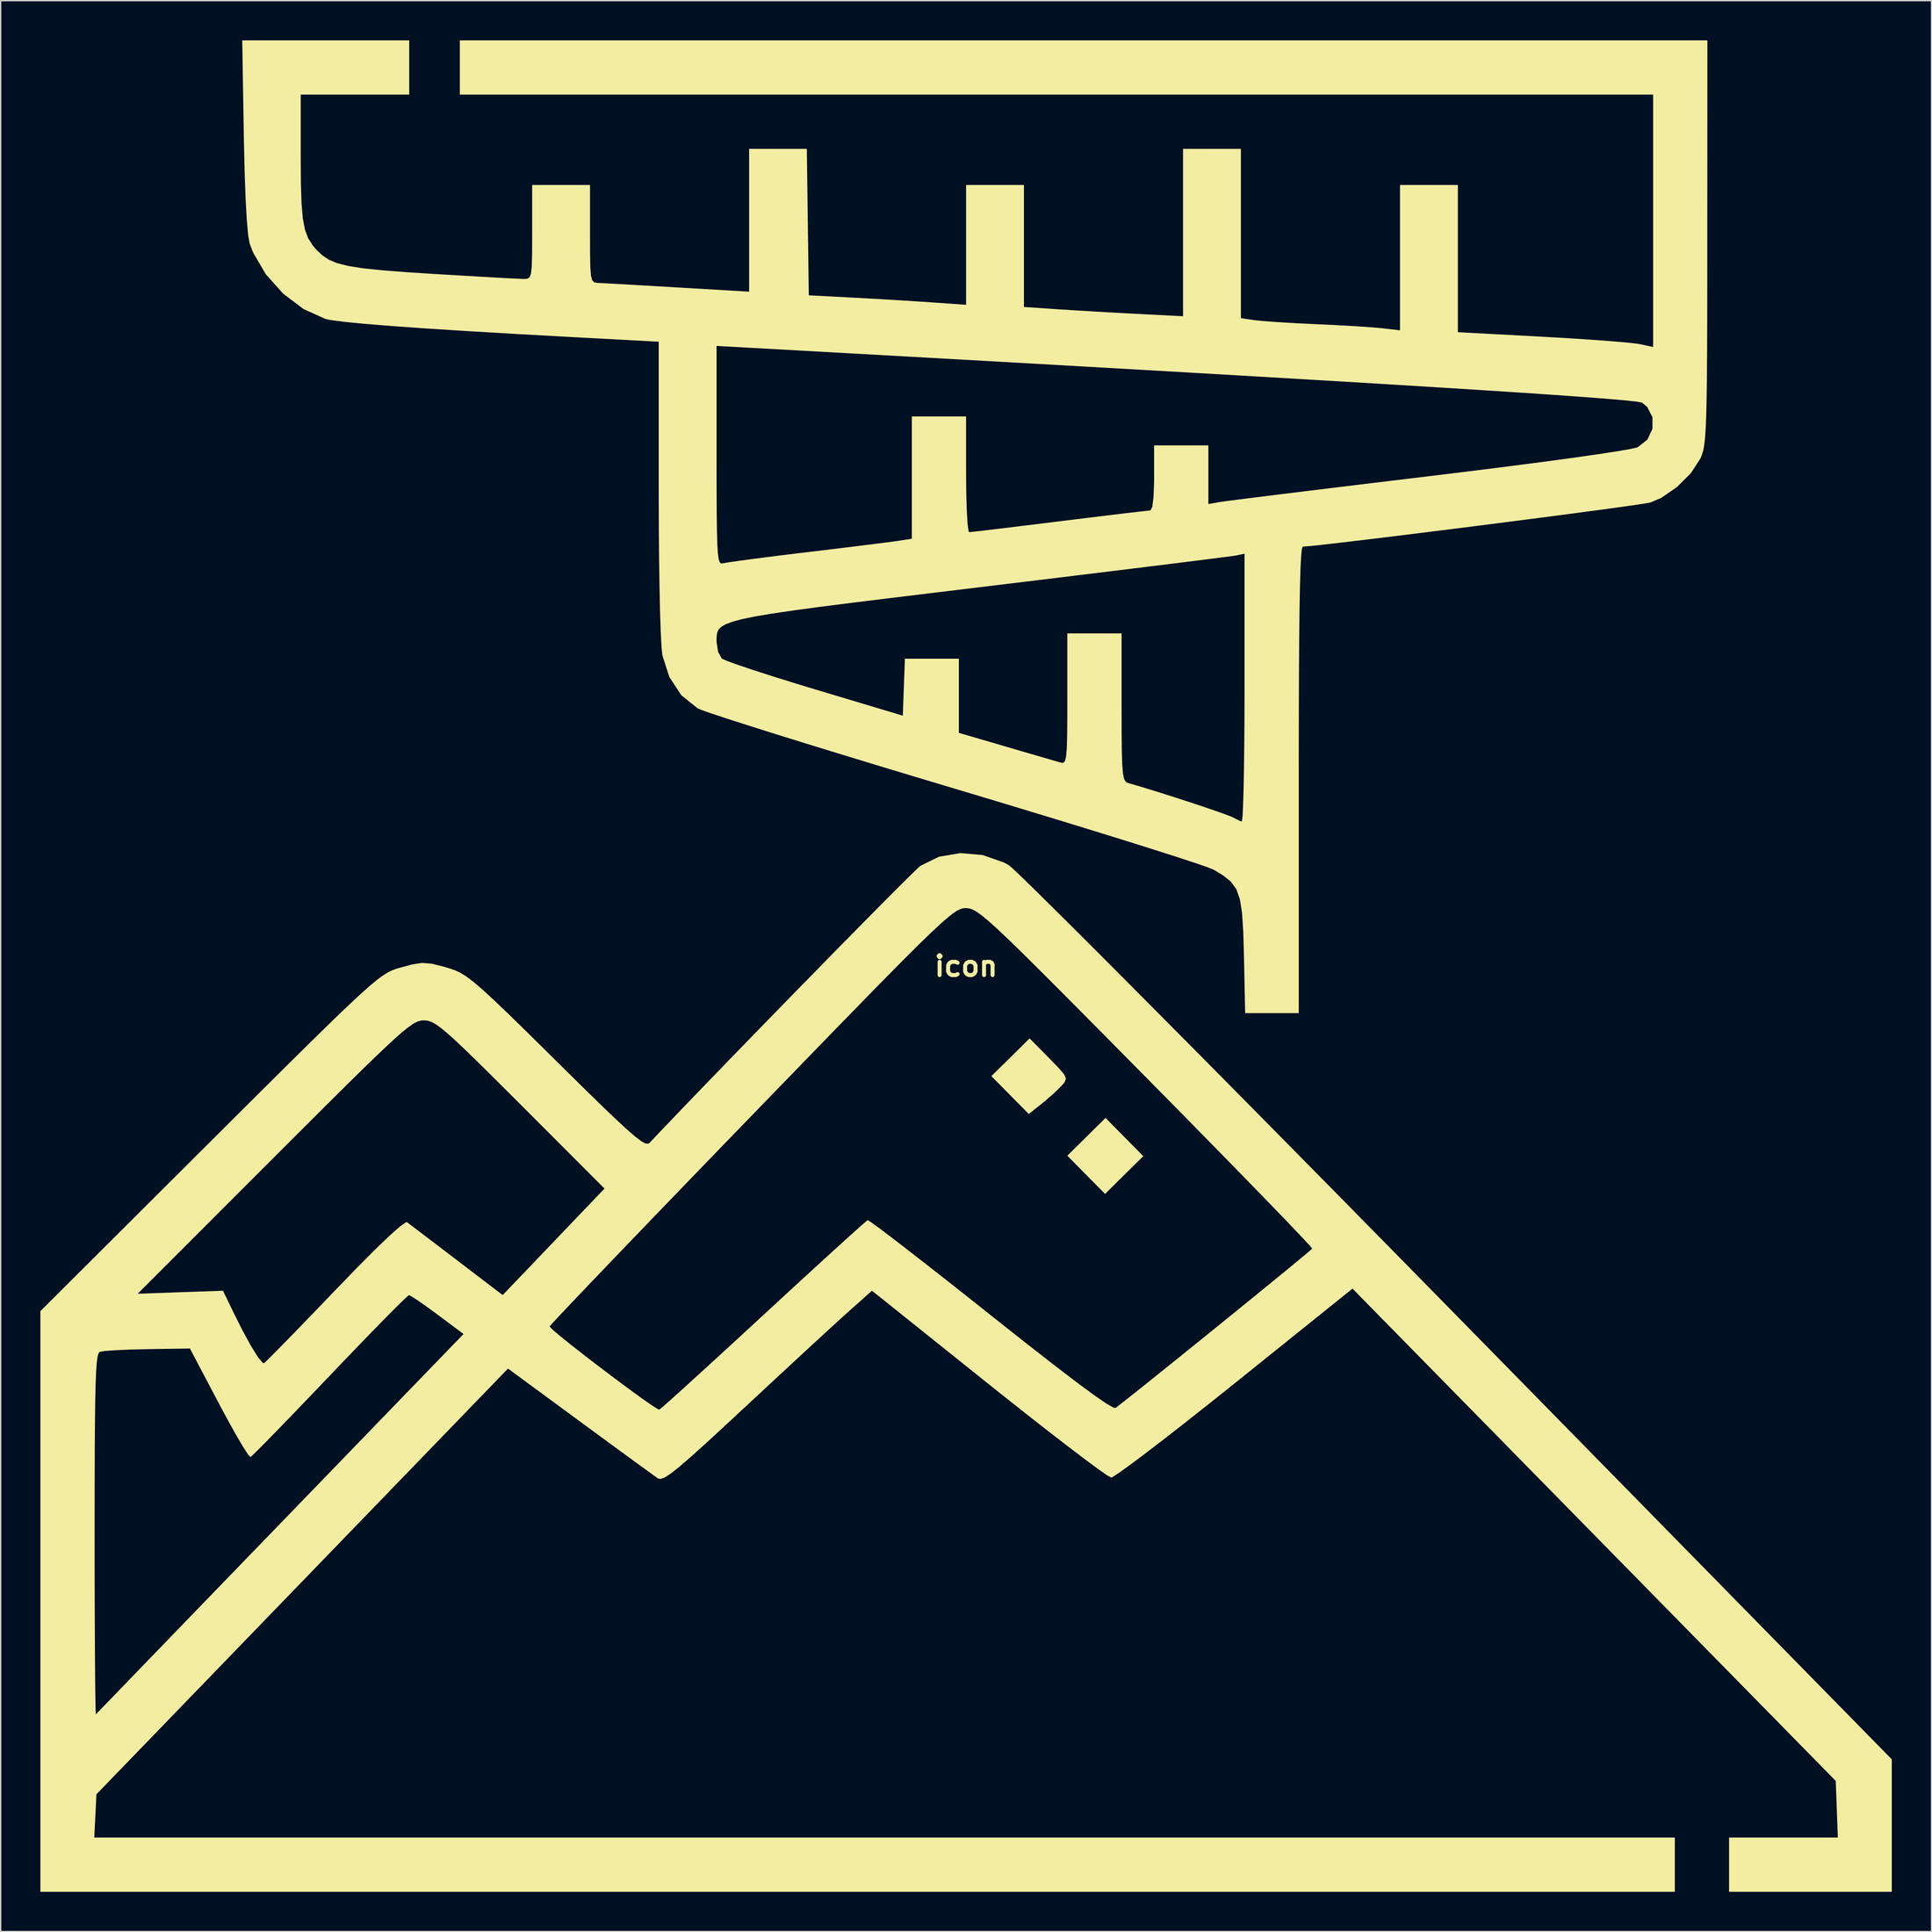
<source format=kicad_pcb>
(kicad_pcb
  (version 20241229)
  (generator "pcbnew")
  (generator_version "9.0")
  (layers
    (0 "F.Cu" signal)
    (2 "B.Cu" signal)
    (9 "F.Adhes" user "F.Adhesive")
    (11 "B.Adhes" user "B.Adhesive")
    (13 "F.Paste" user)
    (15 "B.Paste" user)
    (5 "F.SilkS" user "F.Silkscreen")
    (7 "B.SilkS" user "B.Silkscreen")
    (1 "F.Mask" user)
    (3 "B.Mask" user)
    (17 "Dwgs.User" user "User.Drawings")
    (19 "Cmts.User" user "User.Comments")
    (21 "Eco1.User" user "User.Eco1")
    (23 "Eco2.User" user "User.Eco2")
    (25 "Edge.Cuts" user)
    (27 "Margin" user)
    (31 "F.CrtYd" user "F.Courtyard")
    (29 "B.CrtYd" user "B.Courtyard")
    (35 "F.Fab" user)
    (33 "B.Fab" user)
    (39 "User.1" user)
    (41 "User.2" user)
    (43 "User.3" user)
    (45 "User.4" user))
  (footprint "icon"
    (layer "F.Cu")
    (at 69.918 69.918)
    (property "Reference" "icon" (at 0 0 0) (layer "F.SilkS") (effects (font (size 1.5 1.5) (thickness 0.3))))
    (attr board_only exclude_from_pos_files exclude_from_bom)
    (fp_poly (pts (xy 11.958 12.913) (xy 13.384 14.357) (xy 11.94 15.782) (xy 10.497 17.207) (xy 9.072 15.764) (xy 7.647 14.321) (xy 9.09 12.896) (xy 10.533 11.47)) (stroke (width 0) (type solid)) (fill yes) (layer "F.SilkS"))
    (fp_poly (pts (xy 6.273 6.955) (xy 7.011 7.713) (xy 7.417 8.195) (xy 7.541 8.513) (xy 7.436 8.78) (xy 7.22 9.034) (xy 6.666 9.578) (xy 5.934 10.216) (xy 5.713 10.395) (xy 4.735 11.171) (xy 3.323 9.742) (xy 1.911 8.312) (xy 3.354 6.887) (xy 4.797 5.462)) (stroke (width 0) (type solid)) (fill yes) (layer "F.SilkS"))
    (fp_poly (pts (xy 1.245 -8.39) (xy 2.846 -7.831) (xy 3.23 -7.62) (xy 3.536 -7.357) (xy 4.203 -6.723) (xy 5.212 -5.741) (xy 6.541 -4.429) (xy 8.171 -2.809) (xy 10.081 -0.901) (xy 12.25 1.275) (xy 14.659 3.698) (xy 17.286 6.347) (xy 20.112 9.203) (xy 23.117 12.243) (xy 26.279 15.449) (xy 29.578 18.8) (xy 32.994 22.274) (xy 36.507 25.852) (xy 37.118 26.475) (xy 69.918 59.914) (xy 69.918 64.916) (xy 69.918 69.918) (xy 63.773 69.918) (xy 57.628 69.918) (xy 57.628 67.87) (xy 57.628 65.822) (xy 61.736 65.822) (xy 65.844 65.822) (xy 65.764 63.683) (xy 65.685 61.544) (xy 47.436 42.953) (xy 29.186 24.362) (xy 20.298 31.504) (xy 18.382 33.034) (xy 16.587 34.452) (xy 14.959 35.721) (xy 13.544 36.805) (xy 12.391 37.669) (xy 11.545 38.277) (xy 11.054 38.594) (xy 10.957 38.631) (xy 10.653 38.462) (xy 9.971 37.986) (xy 8.958 37.237) (xy 7.663 36.253) (xy 6.132 35.07) (xy 4.412 33.723) (xy 2.551 32.248) (xy 1.699 31.568) (xy -7.107 24.52) (xy -8.811 26.034) (xy -9.45 26.61) (xy -10.419 27.497) (xy -11.653 28.632) (xy -13.082 29.953) (xy -14.64 31.397) (xy -16.259 32.903) (xy -16.66 33.276) (xy -18.417 34.908) (xy -19.821 36.197) (xy -20.916 37.179) (xy -21.745 37.889) (xy -22.351 38.361) (xy -22.775 38.631) (xy -23.062 38.734) (xy -23.253 38.704) (xy -23.279 38.689) (xy -23.625 38.444) (xy -24.344 37.923) (xy -25.37 37.175) (xy -26.637 36.249) (xy -28.078 35.193) (xy -29.176 34.387) (xy -34.598 30.4) (xy -50.141 46.477) (xy -65.685 62.554) (xy -65.766 64.188) (xy -65.848 65.822) (xy -6.158 65.822) (xy 53.531 65.822) (xy 53.531 67.87) (xy 53.531 69.918) (xy -8.194 69.918) (xy -69.918 69.918) (xy -69.918 47.991) (xy -69.918 42.954) (xy -65.822 42.954) (xy -65.82 45.625) (xy -65.814 48.118) (xy -65.805 50.384) (xy -65.794 52.37) (xy -65.78 54.027) (xy -65.764 55.302) (xy -65.746 56.144) (xy -65.727 56.504) (xy -65.722 56.513) (xy -65.521 56.303) (xy -64.97 55.731) (xy -64.099 54.829) (xy -62.939 53.628) (xy -61.519 52.158) (xy -59.87 50.452) (xy -58.022 48.539) (xy -56.004 46.452) (xy -53.847 44.221) (xy -51.791 42.095) (xy -37.958 27.79) (xy -38.721 27.219) (xy -31.456 27.219) (xy -31.259 27.436) (xy -30.703 27.912) (xy -29.871 28.583) (xy -28.845 29.386) (xy -27.708 30.259) (xy -26.543 31.139) (xy -25.433 31.964) (xy -24.46 32.67) (xy -23.707 33.194) (xy -23.258 33.474) (xy -23.174 33.503) (xy -22.94 33.314) (xy -22.35 32.793) (xy -21.449 31.982) (xy -20.282 30.922) (xy -18.893 29.652) (xy -17.326 28.213) (xy -15.627 26.647) (xy -15.312 26.356) (xy -13.593 24.77) (xy -11.997 23.304) (xy -10.571 21.998) (xy -9.358 20.894) (xy -8.403 20.032) (xy -7.751 19.453) (xy -7.447 19.198) (xy -7.433 19.189) (xy -7.185 19.34) (xy -6.555 19.798) (xy -5.59 20.528) (xy -4.332 21.495) (xy -2.828 22.666) (xy -1.123 24.005) (xy 0.739 25.477) (xy 1.866 26.373) (xy 4.433 28.406) (xy 6.587 30.087) (xy 8.332 31.42) (xy 9.672 32.408) (xy 10.61 33.054) (xy 11.151 33.359) (xy 11.289 33.379) (xy 11.927 32.88) (xy 12.864 32.137) (xy 14.041 31.197) (xy 15.399 30.106) (xy 16.879 28.913) (xy 18.424 27.664) (xy 19.974 26.408) (xy 21.471 25.192) (xy 22.856 24.063) (xy 24.072 23.069) (xy 25.058 22.258) (xy 25.757 21.676) (xy 26.109 21.372) (xy 26.141 21.339) (xy 25.964 21.121) (xy 25.434 20.547) (xy 24.582 19.65) (xy 23.441 18.463) (xy 22.041 17.018) (xy 20.415 15.349) (xy 18.593 13.487) (xy 16.609 11.465) (xy 14.492 9.316) (xy 13.577 8.389) (xy 11.063 5.845) (xy 8.902 3.663) (xy 7.066 1.814) (xy 5.524 0.272) (xy 4.248 -0.991) (xy 3.207 -2.004) (xy 2.373 -2.792) (xy 1.716 -3.385) (xy 1.206 -3.81) (xy 0.815 -4.093) (xy 0.512 -4.264) (xy 0.268 -4.35) (xy 0.053 -4.378) (xy -0.034 -4.379) (xy -0.227 -4.364) (xy -0.44 -4.304) (xy -0.698 -4.176) (xy -1.028 -3.953) (xy -1.456 -3.61) (xy -2.008 -3.122) (xy -2.71 -2.463) (xy -3.588 -1.609) (xy -4.668 -0.534) (xy -5.977 0.788) (xy -7.54 2.382) (xy -9.384 4.273) (xy -11.534 6.486) (xy -14.017 9.047) (xy -16.225 11.326) (xy -18.594 13.774) (xy -20.85 16.11) (xy -22.965 18.303) (xy -24.911 20.325) (xy -26.659 22.146) (xy -28.18 23.734) (xy -29.446 25.062) (xy -30.428 26.098) (xy -31.098 26.814) (xy -31.426 27.179) (xy -31.456 27.219) (xy -38.721 27.219) (xy -39.921 26.322) (xy -40.812 25.67) (xy -41.539 25.167) (xy -41.992 24.887) (xy -42.078 24.854) (xy -42.308 25.044) (xy -42.866 25.584) (xy -43.704 26.424) (xy -44.775 27.518) (xy -46.032 28.816) (xy -47.429 30.272) (xy -48.057 30.931) (xy -49.5 32.442) (xy -50.825 33.821) (xy -51.984 35.02) (xy -52.931 35.988) (xy -53.617 36.678) (xy -53.996 37.041) (xy -54.051 37.084) (xy -54.241 36.88) (xy -54.635 36.267) (xy -55.188 35.322) (xy -55.854 34.121) (xy -56.442 33.023) (xy -58.622 28.885) (xy -61.828 28.932) (xy -63.126 28.964) (xy -64.244 29.012) (xy -65.057 29.072) (xy -65.428 29.131) (xy -65.518 29.23) (xy -65.594 29.48) (xy -65.656 29.924) (xy -65.706 30.604) (xy -65.746 31.563) (xy -65.775 32.843) (xy -65.797 34.487) (xy -65.811 36.538) (xy -65.818 39.038) (xy -65.821 42.03) (xy -65.822 42.954) (xy -69.918 42.954) (xy -69.918 26.064) (xy -68.598 24.748) (xy -62.572 24.748) (xy -59.349 24.634) (xy -56.126 24.521) (xy -55.352 26.121) (xy -54.635 27.55) (xy -54.001 28.707) (xy -53.489 29.53) (xy -53.137 29.952) (xy -53.026 29.991) (xy -52.794 29.778) (xy -52.237 29.223) (xy -51.403 28.375) (xy -50.345 27.287) (xy -49.112 26.01) (xy -47.755 24.597) (xy -47.677 24.515) (xy -46.029 22.812) (xy -44.647 21.424) (xy -43.553 20.372) (xy -42.769 19.677) (xy -42.316 19.358) (xy -42.221 19.347) (xy -41.911 19.582) (xy -41.247 20.086) (xy -40.313 20.798) (xy -39.188 21.655) (xy -38.462 22.209) (xy -35 24.849) (xy -31.154 20.826) (xy -27.309 16.804) (xy -33.658 10.45) (xy -35.404 8.707) (xy -36.811 7.313) (xy -37.924 6.231) (xy -38.788 5.421) (xy -39.447 4.845) (xy -39.946 4.463) (xy -40.329 4.237) (xy -40.642 4.128) (xy -40.929 4.097) (xy -40.967 4.097) (xy -41.197 4.116) (xy -41.452 4.194) (xy -41.767 4.361) (xy -42.173 4.648) (xy -42.705 5.085) (xy -43.395 5.702) (xy -44.277 6.531) (xy -45.384 7.6) (xy -46.749 8.941) (xy -48.406 10.585) (xy -50.387 12.561) (xy -52.249 14.422) (xy -62.572 24.748) (xy -68.598 24.748) (xy -57.15 13.331) (xy -54.609 10.799) (xy -52.423 8.624) (xy -50.562 6.779) (xy -48.995 5.235) (xy -47.691 3.963) (xy -46.619 2.937) (xy -45.749 2.126) (xy -45.049 1.503) (xy -44.49 1.039) (xy -44.04 0.705) (xy -43.669 0.474) (xy -43.346 0.317) (xy -43.04 0.206) (xy -42.898 0.163) (xy -41.854 -0.123) (xy -41.093 -0.239) (xy -40.377 -0.184) (xy -39.469 0.041) (xy -39.054 0.162) (xy -38.635 0.303) (xy -38.22 0.493) (xy -37.764 0.773) (xy -37.218 1.184) (xy -36.537 1.765) (xy -35.672 2.559) (xy -34.577 3.605) (xy -33.205 4.945) (xy -31.508 6.62) (xy -30.942 7.18) (xy -29.134 8.965) (xy -27.671 10.396) (xy -26.515 11.506) (xy -25.628 12.328) (xy -24.971 12.897) (xy -24.507 13.245) (xy -24.196 13.408) (xy -24.001 13.419) (xy -23.924 13.367) (xy -22.763 12.144) (xy -21.387 10.707) (xy -19.841 9.1) (xy -18.165 7.367) (xy -16.404 5.55) (xy -14.599 3.695) (xy -12.793 1.843) (xy -11.029 0.04) (xy -9.35 -1.672) (xy -7.797 -3.249) (xy -6.415 -4.647) (xy -5.244 -5.823) (xy -4.329 -6.733) (xy -3.712 -7.333) (xy -3.444 -7.575) (xy -2.045 -8.26) (xy -0.434 -8.532)) (stroke (width 0) (type solid)) (fill yes) (layer "F.SilkS"))
    (fp_poly (pts (xy -42.06 -67.87) (xy -42.06 -65.822) (xy -46.157 -65.822) (xy -50.254 -65.822) (xy -50.254 -61.06) (xy -50.241 -59.097) (xy -50.193 -57.593) (xy -50.096 -56.462) (xy -49.933 -55.618) (xy -49.692 -54.974) (xy -49.357 -54.443) (xy -49.075 -54.111) (xy -48.641 -53.694) (xy -48.142 -53.36) (xy -47.506 -53.093) (xy -46.663 -52.879) (xy -45.544 -52.702) (xy -44.076 -52.55) (xy -42.19 -52.405) (xy -40.311 -52.285) (xy -38.477 -52.175) (xy -36.799 -52.077) (xy -35.363 -51.995) (xy -34.254 -51.936) (xy -33.56 -51.902) (xy -33.389 -51.897) (xy -33.138 -51.914) (xy -32.967 -52.026) (xy -32.86 -52.322) (xy -32.803 -52.888) (xy -32.779 -53.812) (xy -32.774 -55.181) (xy -32.774 -55.443) (xy -32.774 -58.994) (xy -30.589 -58.994) (xy -28.404 -58.994) (xy -28.404 -55.306) (xy -28.401 -53.827) (xy -28.383 -52.807) (xy -28.334 -52.161) (xy -28.241 -51.802) (xy -28.09 -51.644) (xy -27.866 -51.601) (xy -27.79 -51.598) (xy -27.334 -51.575) (xy -26.428 -51.526) (xy -25.167 -51.454) (xy -23.646 -51.366) (xy -21.959 -51.267) (xy -21.781 -51.256) (xy -16.387 -50.937) (xy -16.387 -56.331) (xy -16.387 -61.725) (xy -14.208 -61.725) (xy -12.029 -61.725) (xy -11.955 -56.194) (xy -11.881 -50.663) (xy -8.467 -50.483) (xy -6.838 -50.393) (xy -5.106 -50.291) (xy -3.506 -50.191) (xy -2.526 -50.125) (xy 0 -49.948) (xy 0 -54.471) (xy 0 -58.994) (xy 2.185 -58.994) (xy 4.37 -58.994) (xy 4.37 -54.388) (xy 4.37 -49.782) (xy 6.896 -49.611) (xy 8.227 -49.526) (xy 9.874 -49.428) (xy 11.607 -49.33) (xy 12.905 -49.261) (xy 16.387 -49.081) (xy 16.387 -55.403) (xy 16.387 -61.725) (xy 18.572 -61.725) (xy 20.757 -61.725) (xy 20.757 -55.33) (xy 20.757 -48.936) (xy 21.781 -48.787) (xy 22.439 -48.719) (xy 23.504 -48.641) (xy 24.834 -48.561) (xy 26.291 -48.489) (xy 26.492 -48.48) (xy 27.989 -48.409) (xy 29.411 -48.329) (xy 30.606 -48.248) (xy 31.422 -48.177) (xy 31.477 -48.171) (xy 32.774 -48.018) (xy 32.774 -53.506) (xy 32.774 -58.994) (xy 34.959 -58.994) (xy 37.144 -58.994) (xy 37.144 -53.435) (xy 37.144 -47.877) (xy 43.494 -47.537) (xy 45.365 -47.43) (xy 47.108 -47.317) (xy 48.632 -47.205) (xy 49.842 -47.102) (xy 50.646 -47.015) (xy 50.868 -46.979) (xy 51.892 -46.761) (xy 51.892 -56.291) (xy 51.892 -65.822) (xy 6.828 -65.822) (xy -38.237 -65.822) (xy -38.237 -67.87) (xy -38.237 -69.918) (xy 8.876 -69.918) (xy 55.989 -69.918) (xy 55.983 -54.692) (xy 55.981 -51.406) (xy 55.976 -48.621) (xy 55.967 -46.292) (xy 55.953 -44.373) (xy 55.932 -42.819) (xy 55.902 -41.585) (xy 55.863 -40.625) (xy 55.813 -39.894) (xy 55.751 -39.348) (xy 55.674 -38.939) (xy 55.582 -38.624) (xy 55.474 -38.358) (xy 54.747 -37.234) (xy 53.691 -36.179) (xy 52.496 -35.359) (xy 51.69 -35.018) (xy 51.276 -34.941) (xy 50.387 -34.807) (xy 49.089 -34.624) (xy 47.45 -34.402) (xy 45.536 -34.147) (xy 43.414 -33.869) (xy 41.15 -33.577) (xy 38.813 -33.278) (xy 36.468 -32.981) (xy 34.182 -32.696) (xy 32.023 -32.429) (xy 30.057 -32.19) (xy 28.351 -31.988) (xy 26.971 -31.83) (xy 25.986 -31.725) (xy 25.461 -31.682) (xy 25.43 -31.682) (xy 25.363 -31.506) (xy 25.306 -30.966) (xy 25.258 -30.039) (xy 25.218 -28.702) (xy 25.185 -26.935) (xy 25.16 -24.715) (xy 25.143 -22.021) (xy 25.132 -18.829) (xy 25.127 -15.119) (xy 25.127 -14.066) (xy 25.127 3.551) (xy 23.102 3.551) (xy 21.078 3.551) (xy 20.986 -0.8) (xy 20.933 -2.644) (xy 20.841 -4.033) (xy 20.679 -5.055) (xy 20.414 -5.801) (xy 20.015 -6.361) (xy 19.45 -6.825) (xy 18.687 -7.284) (xy 18.684 -7.285) (xy 18.248 -7.461) (xy 17.333 -7.778) (xy 15.984 -8.221) (xy 14.247 -8.777) (xy 12.166 -9.432) (xy 9.786 -10.17) (xy 7.154 -10.979) (xy 4.313 -11.843) (xy 1.309 -12.75) (xy -0.819 -13.388) (xy -3.907 -14.314) (xy -6.862 -15.208) (xy -9.638 -16.055) (xy -12.191 -16.84) (xy -14.476 -17.551) (xy -16.448 -18.173) (xy -18.061 -18.691) (xy -19.272 -19.093) (xy -20.034 -19.363) (xy -20.275 -19.466) (xy -21.505 -20.454) (xy -22.415 -21.838) (xy -22.938 -23.466) (xy -23.003 -24.086) (xy -23.027 -24.544) (xy -18.845 -24.544) (xy -18.845 -24.458) (xy -18.731 -23.733) (xy -18.456 -23.233) (xy -18.446 -23.224) (xy -18.084 -23.058) (xy -17.272 -22.762) (xy -16.087 -22.363) (xy -14.604 -21.886) (xy -12.899 -21.354) (xy -11.414 -20.903) (xy -4.78 -18.913) (xy -4.7 -21.064) (xy -4.621 -23.215) (xy -2.584 -23.215) (xy -0.546 -23.215) (xy -0.546 -20.416) (xy -0.546 -17.616) (xy 3.073 -16.557) (xy 4.433 -16.159) (xy 5.634 -15.809) (xy 6.562 -15.54) (xy 7.106 -15.383) (xy 7.169 -15.365) (xy 7.339 -15.353) (xy 7.463 -15.475) (xy 7.549 -15.801) (xy 7.603 -16.402) (xy 7.633 -17.349) (xy 7.645 -18.714) (xy 7.647 -20.179) (xy 7.647 -25.127) (xy 9.696 -25.127) (xy 11.744 -25.127) (xy 11.744 -19.546) (xy 11.748 -17.656) (xy 11.762 -16.242) (xy 11.794 -15.233) (xy 11.848 -14.558) (xy 11.931 -14.148) (xy 12.048 -13.931) (xy 12.206 -13.837) (xy 12.222 -13.833) (xy 13.222 -13.541) (xy 14.445 -13.165) (xy 15.779 -12.741) (xy 17.113 -12.306) (xy 18.336 -11.896) (xy 19.336 -11.549) (xy 20.003 -11.3) (xy 20.211 -11.205) (xy 20.667 -10.968) (xy 20.825 -10.929) (xy 20.872 -11.191) (xy 20.914 -11.939) (xy 20.952 -13.114) (xy 20.984 -14.654) (xy 21.008 -16.501) (xy 21.024 -18.593) (xy 21.03 -20.871) (xy 21.03 -21.035) (xy 21.03 -31.146) (xy 20.416 -31.016) (xy 20.047 -30.962) (xy 19.181 -30.849) (xy 17.864 -30.682) (xy 16.142 -30.466) (xy 14.06 -30.207) (xy 11.665 -29.912) (xy 9.001 -29.586) (xy 6.115 -29.233) (xy 3.051 -28.861) (xy 1.118 -28.627) (xy -2.648 -28.171) (xy -5.907 -27.775) (xy -8.698 -27.43) (xy -11.056 -27.13) (xy -13.017 -26.865) (xy -14.618 -26.629) (xy -15.896 -26.415) (xy -16.887 -26.214) (xy -17.627 -26.018) (xy -18.153 -25.821) (xy -18.501 -25.615) (xy -18.708 -25.392) (xy -18.81 -25.144) (xy -18.844 -24.864) (xy -18.845 -24.544) (xy -23.027 -24.544) (xy -23.062 -25.194) (xy -23.113 -26.727) (xy -23.155 -28.627) (xy -23.187 -30.833) (xy -23.208 -33.286) (xy -23.215 -35.925) (xy -23.215 -36.043) (xy -23.215 -46.84) (xy -18.846 -46.84) (xy -18.846 -38.56) (xy -18.844 -36.214) (xy -18.836 -34.36) (xy -18.82 -32.94) (xy -18.792 -31.898) (xy -18.749 -31.18) (xy -18.686 -30.73) (xy -18.602 -30.49) (xy -18.493 -30.407) (xy -18.367 -30.42) (xy -17.963 -30.493) (xy -17.103 -30.617) (xy -15.874 -30.781) (xy -14.363 -30.974) (xy -12.656 -31.184) (xy -12.017 -31.261) (xy -10.219 -31.477) (xy -8.545 -31.681) (xy -7.092 -31.861) (xy -5.959 -32.005) (xy -5.241 -32.101) (xy -5.121 -32.118) (xy -4.097 -32.276) (xy -4.097 -36.895) (xy -4.097 -41.514) (xy -2.048 -41.514) (xy 0 -41.514) (xy 0 -37.144) (xy 0.014 -35.669) (xy 0.052 -34.406) (xy 0.109 -33.448) (xy 0.181 -32.885) (xy 0.233 -32.774) (xy 0.558 -32.807) (xy 1.349 -32.898) (xy 2.527 -33.038) (xy 4.016 -33.219) (xy 5.739 -33.43) (xy 7.056 -33.594) (xy 8.901 -33.822) (xy 10.569 -34.025) (xy 11.983 -34.195) (xy 13.066 -34.322) (xy 13.738 -34.397) (xy 13.924 -34.413) (xy 14.06 -34.672) (xy 14.155 -35.398) (xy 14.2 -36.51) (xy 14.202 -36.871) (xy 14.202 -39.329) (xy 16.251 -39.329) (xy 18.299 -39.329) (xy 18.299 -37.114) (xy 18.299 -34.898) (xy 19.187 -35.054) (xy 19.62 -35.115) (xy 20.543 -35.235) (xy 21.903 -35.406) (xy 23.646 -35.623) (xy 25.719 -35.879) (xy 28.07 -36.166) (xy 30.645 -36.479) (xy 33.392 -36.811) (xy 34.959 -37) (xy 38.026 -37.374) (xy 40.865 -37.731) (xy 43.434 -38.065) (xy 45.687 -38.369) (xy 47.582 -38.638) (xy 49.074 -38.865) (xy 50.12 -39.044) (xy 50.676 -39.17) (xy 50.725 -39.188) (xy 51.463 -39.77) (xy 51.84 -40.58) (xy 51.84 -41.456) (xy 51.445 -42.233) (xy 51.061 -42.554) (xy 50.72 -42.624) (xy 49.881 -42.718) (xy 48.54 -42.836) (xy 46.694 -42.978) (xy 44.341 -43.146) (xy 41.477 -43.338) (xy 38.1 -43.556) (xy 34.205 -43.799) (xy 29.79 -44.068) (xy 24.852 -44.362) (xy 19.387 -44.682) (xy 13.393 -45.028) (xy 6.867 -45.401) (xy -0.195 -45.8) (xy -7.796 -46.226) (xy -15.939 -46.679) (xy -17.412 -46.76) (xy -18.846 -46.84) (xy -23.215 -46.84) (xy -23.215 -47.158) (xy -29.565 -47.499) (xy -33.83 -47.734) (xy -37.555 -47.954) (xy -40.738 -48.156) (xy -43.379 -48.343) (xy -45.477 -48.513) (xy -47.031 -48.667) (xy -48.041 -48.804) (xy -48.39 -48.88) (xy -50.038 -49.622) (xy -51.58 -50.788) (xy -52.894 -52.256) (xy -53.856 -53.903) (xy -54.113 -54.575) (xy -54.224 -55.198) (xy -54.325 -56.318) (xy -54.414 -57.888) (xy -54.487 -59.86) (xy -54.543 -62.184) (xy -54.553 -62.749) (xy -54.671 -69.918) (xy -48.365 -69.918) (xy -42.06 -69.918)) (stroke (width 0) (type solid)) (fill yes) (layer "F.SilkS")))
  (gr_rect
    (start -3 -3)
    (end 142.837 142.837)
    (stroke (width 0.1) (type default))
    (fill no)
    (layer "Edge.Cuts")))
</source>
